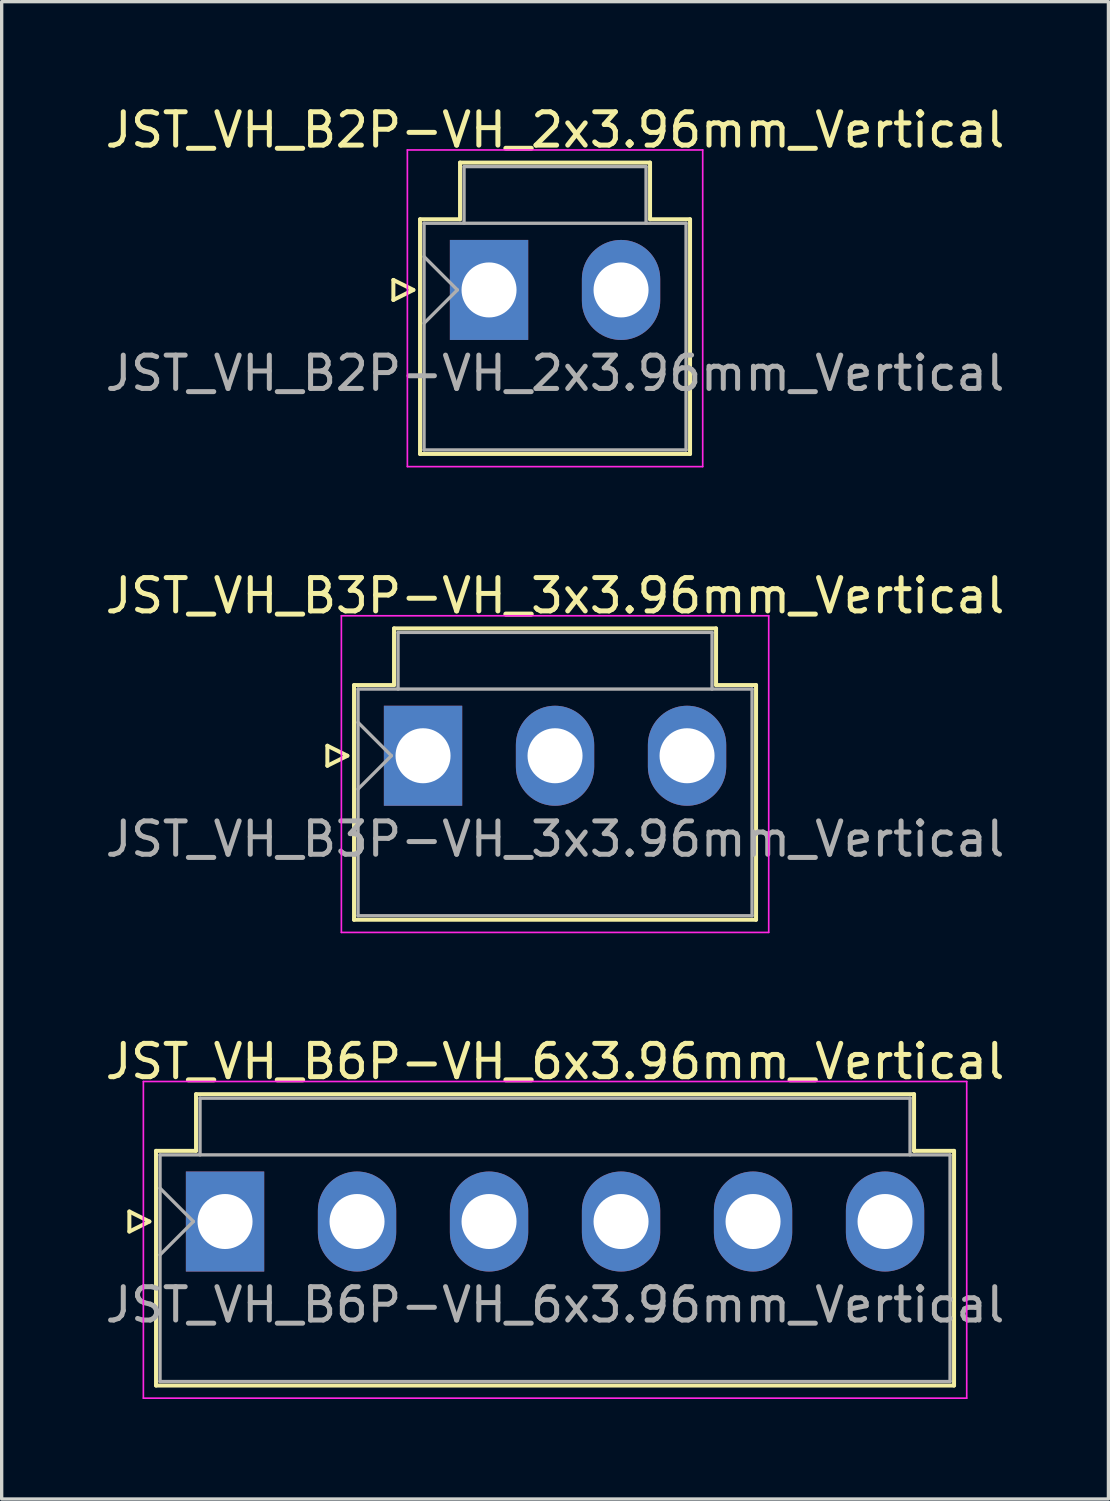
<source format=kicad_pcb>
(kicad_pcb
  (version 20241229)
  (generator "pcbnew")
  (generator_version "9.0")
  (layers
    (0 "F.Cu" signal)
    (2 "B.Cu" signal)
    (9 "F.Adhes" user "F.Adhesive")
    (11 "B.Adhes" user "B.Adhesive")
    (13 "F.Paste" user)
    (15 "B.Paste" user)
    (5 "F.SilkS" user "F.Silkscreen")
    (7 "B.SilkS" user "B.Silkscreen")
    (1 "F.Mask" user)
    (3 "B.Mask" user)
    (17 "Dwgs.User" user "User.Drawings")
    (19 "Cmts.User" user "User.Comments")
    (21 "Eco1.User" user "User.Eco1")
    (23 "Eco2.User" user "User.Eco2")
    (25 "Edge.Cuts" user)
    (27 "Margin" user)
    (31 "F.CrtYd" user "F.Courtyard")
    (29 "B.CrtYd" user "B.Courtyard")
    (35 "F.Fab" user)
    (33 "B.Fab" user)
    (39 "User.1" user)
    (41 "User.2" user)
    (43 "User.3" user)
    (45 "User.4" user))
  (footprint "JST_VH_B6P-VH_6x3.96mm_Vertical"
    (layer "F.Cu")
    (at 3.701 33.595)
    (property "Reference" "JST_VH_B6P-VH_6x3.96mm_Vertical" (at 9.9 -4.8 0) (layer "F.SilkS") (effects (font (size 1 1) (thickness 0.15))))
    (attr through_hole)
    (fp_line (start -2.87 -0.3) (end -2.27 0) (stroke (width 0.12) (type solid)) (layer "F.SilkS"))
    (fp_line (start -2.87 0.3) (end -2.87 -0.3) (stroke (width 0.12) (type solid)) (layer "F.SilkS"))
    (fp_line (start -2.27 0) (end -2.87 0.3) (stroke (width 0.12) (type solid)) (layer "F.SilkS"))
    (fp_line (start -2.07 -2.12) (end -0.87 -2.12) (stroke (width 0.12) (type solid)) (layer "F.SilkS"))
    (fp_line (start -2.07 4.92) (end -2.07 -2.12) (stroke (width 0.12) (type solid)) (layer "F.SilkS"))
    (fp_line (start -0.87 -3.82) (end 20.67 -3.82) (stroke (width 0.12) (type solid)) (layer "F.SilkS"))
    (fp_line (start -0.87 -2.12) (end -0.87 -3.82) (stroke (width 0.12) (type solid)) (layer "F.SilkS"))
    (fp_line (start 20.67 -3.82) (end 20.67 -2.12) (stroke (width 0.12) (type solid)) (layer "F.SilkS"))
    (fp_line (start 20.67 -2.12) (end 21.87 -2.12) (stroke (width 0.12) (type solid)) (layer "F.SilkS"))
    (fp_line (start 21.87 -2.12) (end 21.87 4.92) (stroke (width 0.12) (type solid)) (layer "F.SilkS"))
    (fp_line (start 21.87 4.92) (end -2.07 4.92) (stroke (width 0.12) (type solid)) (layer "F.SilkS"))
    (fp_line (start -2.45 -4.2) (end -2.45 5.3) (stroke (width 0.05) (type solid)) (layer "F.CrtYd"))
    (fp_line (start -2.45 5.3) (end 22.25 5.3) (stroke (width 0.05) (type solid)) (layer "F.CrtYd"))
    (fp_line (start 22.25 -4.2) (end -2.45 -4.2) (stroke (width 0.05) (type solid)) (layer "F.CrtYd"))
    (fp_line (start 22.25 5.3) (end 22.25 -4.2) (stroke (width 0.05) (type solid)) (layer "F.CrtYd"))
    (fp_line (start -1.95 -2) (end -1.95 4.8) (stroke (width 0.1) (type solid)) (layer "F.Fab"))
    (fp_line (start -1.95 -1) (end -0.95 0) (stroke (width 0.1) (type solid)) (layer "F.Fab"))
    (fp_line (start -1.95 1) (end -0.95 0) (stroke (width 0.1) (type solid)) (layer "F.Fab"))
    (fp_line (start -1.95 4.8) (end 21.75 4.8) (stroke (width 0.1) (type solid)) (layer "F.Fab"))
    (fp_line (start -0.75 -3.7) (end 20.55 -3.7) (stroke (width 0.1) (type solid)) (layer "F.Fab"))
    (fp_line (start -0.75 -2) (end -0.75 -3.7) (stroke (width 0.1) (type solid)) (layer "F.Fab"))
    (fp_line (start 20.55 -3.7) (end 20.55 -2) (stroke (width 0.1) (type solid)) (layer "F.Fab"))
    (fp_line (start 21.75 -2) (end -1.95 -2) (stroke (width 0.1) (type solid)) (layer "F.Fab"))
    (fp_line (start 21.75 4.8) (end 21.75 -2) (stroke (width 0.1) (type solid)) (layer "F.Fab"))
    (fp_text user "${REFERENCE}" (at 9.9 2.5 0) (layer "F.Fab") (effects (font (size 1 1) (thickness 0.15))))
    (pad "1" thru_hole rect (at 0 0) (size 2.35 3) (drill 1.65) (layers "*.Cu" "*.Mask"))
    (pad "2" thru_hole oval (at 3.96 0) (size 2.35 3) (drill 1.65) (layers "*.Cu" "*.Mask"))
    (pad "3" thru_hole oval (at 7.92 0) (size 2.35 3) (drill 1.65) (layers "*.Cu" "*.Mask"))
    (pad "4" thru_hole oval (at 11.88 0) (size 2.35 3) (drill 1.65) (layers "*.Cu" "*.Mask"))
    (pad "5" thru_hole oval (at 15.84 0) (size 2.35 3) (drill 1.65) (layers "*.Cu" "*.Mask"))
    (pad "6" thru_hole oval (at 19.8 0) (size 2.35 3) (drill 1.65) (layers "*.Cu" "*.Mask")))
  (footprint "JST_VH_B3P-VH_3x3.96mm_Vertical"
    (layer "F.Cu")
    (at 9.641 19.622)
    (property "Reference" "JST_VH_B3P-VH_3x3.96mm_Vertical" (at 3.96 -4.8 0) (layer "F.SilkS") (effects (font (size 1 1) (thickness 0.15))))
    (attr through_hole)
    (fp_line (start -2.87 -0.3) (end -2.27 0) (stroke (width 0.12) (type solid)) (layer "F.SilkS"))
    (fp_line (start -2.87 0.3) (end -2.87 -0.3) (stroke (width 0.12) (type solid)) (layer "F.SilkS"))
    (fp_line (start -2.27 0) (end -2.87 0.3) (stroke (width 0.12) (type solid)) (layer "F.SilkS"))
    (fp_line (start -2.07 -2.12) (end -0.87 -2.12) (stroke (width 0.12) (type solid)) (layer "F.SilkS"))
    (fp_line (start -2.07 4.92) (end -2.07 -2.12) (stroke (width 0.12) (type solid)) (layer "F.SilkS"))
    (fp_line (start -0.87 -3.82) (end 8.79 -3.82) (stroke (width 0.12) (type solid)) (layer "F.SilkS"))
    (fp_line (start -0.87 -2.12) (end -0.87 -3.82) (stroke (width 0.12) (type solid)) (layer "F.SilkS"))
    (fp_line (start 8.79 -3.82) (end 8.79 -2.12) (stroke (width 0.12) (type solid)) (layer "F.SilkS"))
    (fp_line (start 8.79 -2.12) (end 9.99 -2.12) (stroke (width 0.12) (type solid)) (layer "F.SilkS"))
    (fp_line (start 9.99 -2.12) (end 9.99 4.92) (stroke (width 0.12) (type solid)) (layer "F.SilkS"))
    (fp_line (start 9.99 4.92) (end -2.07 4.92) (stroke (width 0.12) (type solid)) (layer "F.SilkS"))
    (fp_line (start -2.45 -4.2) (end -2.45 5.3) (stroke (width 0.05) (type solid)) (layer "F.CrtYd"))
    (fp_line (start -2.45 5.3) (end 10.37 5.3) (stroke (width 0.05) (type solid)) (layer "F.CrtYd"))
    (fp_line (start 10.37 -4.2) (end -2.45 -4.2) (stroke (width 0.05) (type solid)) (layer "F.CrtYd"))
    (fp_line (start 10.37 5.3) (end 10.37 -4.2) (stroke (width 0.05) (type solid)) (layer "F.CrtYd"))
    (fp_line (start -1.95 -2) (end -1.95 4.8) (stroke (width 0.1) (type solid)) (layer "F.Fab"))
    (fp_line (start -1.95 -1) (end -0.95 0) (stroke (width 0.1) (type solid)) (layer "F.Fab"))
    (fp_line (start -1.95 1) (end -0.95 0) (stroke (width 0.1) (type solid)) (layer "F.Fab"))
    (fp_line (start -1.95 4.8) (end 9.87 4.8) (stroke (width 0.1) (type solid)) (layer "F.Fab"))
    (fp_line (start -0.75 -3.7) (end 8.67 -3.7) (stroke (width 0.1) (type solid)) (layer "F.Fab"))
    (fp_line (start -0.75 -2) (end -0.75 -3.7) (stroke (width 0.1) (type solid)) (layer "F.Fab"))
    (fp_line (start 8.67 -3.7) (end 8.67 -2) (stroke (width 0.1) (type solid)) (layer "F.Fab"))
    (fp_line (start 9.87 -2) (end -1.95 -2) (stroke (width 0.1) (type solid)) (layer "F.Fab"))
    (fp_line (start 9.87 4.8) (end 9.87 -2) (stroke (width 0.1) (type solid)) (layer "F.Fab"))
    (fp_text user "${REFERENCE}" (at 3.96 2.5 0) (layer "F.Fab") (effects (font (size 1 1) (thickness 0.15))))
    (pad "1" thru_hole rect (at 0 0) (size 2.35 3) (drill 1.65) (layers "*.Cu" "*.Mask"))
    (pad "2" thru_hole oval (at 3.96 0) (size 2.35 3) (drill 1.65) (layers "*.Cu" "*.Mask"))
    (pad "3" thru_hole oval (at 7.92 0) (size 2.35 3) (drill 1.65) (layers "*.Cu" "*.Mask")))
  (footprint "JST_VH_B2P-VH_2x3.96mm_Vertical"
    (layer "F.Cu")
    (at 11.621 5.648)
    (property "Reference" "JST_VH_B2P-VH_2x3.96mm_Vertical" (at 1.98 -4.8 0) (layer "F.SilkS") (effects (font (size 1 1) (thickness 0.15))))
    (attr through_hole)
    (fp_line (start -2.87 -0.3) (end -2.27 0) (stroke (width 0.12) (type solid)) (layer "F.SilkS"))
    (fp_line (start -2.87 0.3) (end -2.87 -0.3) (stroke (width 0.12) (type solid)) (layer "F.SilkS"))
    (fp_line (start -2.27 0) (end -2.87 0.3) (stroke (width 0.12) (type solid)) (layer "F.SilkS"))
    (fp_line (start -2.07 -2.12) (end -0.87 -2.12) (stroke (width 0.12) (type solid)) (layer "F.SilkS"))
    (fp_line (start -2.07 4.92) (end -2.07 -2.12) (stroke (width 0.12) (type solid)) (layer "F.SilkS"))
    (fp_line (start -0.87 -3.82) (end 4.83 -3.82) (stroke (width 0.12) (type solid)) (layer "F.SilkS"))
    (fp_line (start -0.87 -2.12) (end -0.87 -3.82) (stroke (width 0.12) (type solid)) (layer "F.SilkS"))
    (fp_line (start 4.83 -3.82) (end 4.83 -2.12) (stroke (width 0.12) (type solid)) (layer "F.SilkS"))
    (fp_line (start 4.83 -2.12) (end 6.03 -2.12) (stroke (width 0.12) (type solid)) (layer "F.SilkS"))
    (fp_line (start 6.03 -2.12) (end 6.03 4.92) (stroke (width 0.12) (type solid)) (layer "F.SilkS"))
    (fp_line (start 6.03 4.92) (end -2.07 4.92) (stroke (width 0.12) (type solid)) (layer "F.SilkS"))
    (fp_line (start -2.45 -4.2) (end -2.45 5.3) (stroke (width 0.05) (type solid)) (layer "F.CrtYd"))
    (fp_line (start -2.45 5.3) (end 6.41 5.3) (stroke (width 0.05) (type solid)) (layer "F.CrtYd"))
    (fp_line (start 6.41 -4.2) (end -2.45 -4.2) (stroke (width 0.05) (type solid)) (layer "F.CrtYd"))
    (fp_line (start 6.41 5.3) (end 6.41 -4.2) (stroke (width 0.05) (type solid)) (layer "F.CrtYd"))
    (fp_line (start -1.95 -2) (end -1.95 4.8) (stroke (width 0.1) (type solid)) (layer "F.Fab"))
    (fp_line (start -1.95 -1) (end -0.95 0) (stroke (width 0.1) (type solid)) (layer "F.Fab"))
    (fp_line (start -1.95 1) (end -0.95 0) (stroke (width 0.1) (type solid)) (layer "F.Fab"))
    (fp_line (start -1.95 4.8) (end 5.91 4.8) (stroke (width 0.1) (type solid)) (layer "F.Fab"))
    (fp_line (start -0.75 -3.7) (end 4.71 -3.7) (stroke (width 0.1) (type solid)) (layer "F.Fab"))
    (fp_line (start -0.75 -2) (end -0.75 -3.7) (stroke (width 0.1) (type solid)) (layer "F.Fab"))
    (fp_line (start 4.71 -3.7) (end 4.71 -2) (stroke (width 0.1) (type solid)) (layer "F.Fab"))
    (fp_line (start 5.91 -2) (end -1.95 -2) (stroke (width 0.1) (type solid)) (layer "F.Fab"))
    (fp_line (start 5.91 4.8) (end 5.91 -2) (stroke (width 0.1) (type solid)) (layer "F.Fab"))
    (fp_text user "${REFERENCE}" (at 1.98 2.5 0) (layer "F.Fab") (effects (font (size 1 1) (thickness 0.15))))
    (pad "1" thru_hole rect (at 0 0) (size 2.35 3) (drill 1.65) (layers "*.Cu" "*.Mask"))
    (pad "2" thru_hole oval (at 3.96 0) (size 2.35 3) (drill 1.65) (layers "*.Cu" "*.Mask")))
  (gr_rect
    (start -3 -3)
    (end 30.202 41.92)
    (stroke (width 0.1) (type default))
    (fill no)
    (layer "Edge.Cuts")))
</source>
